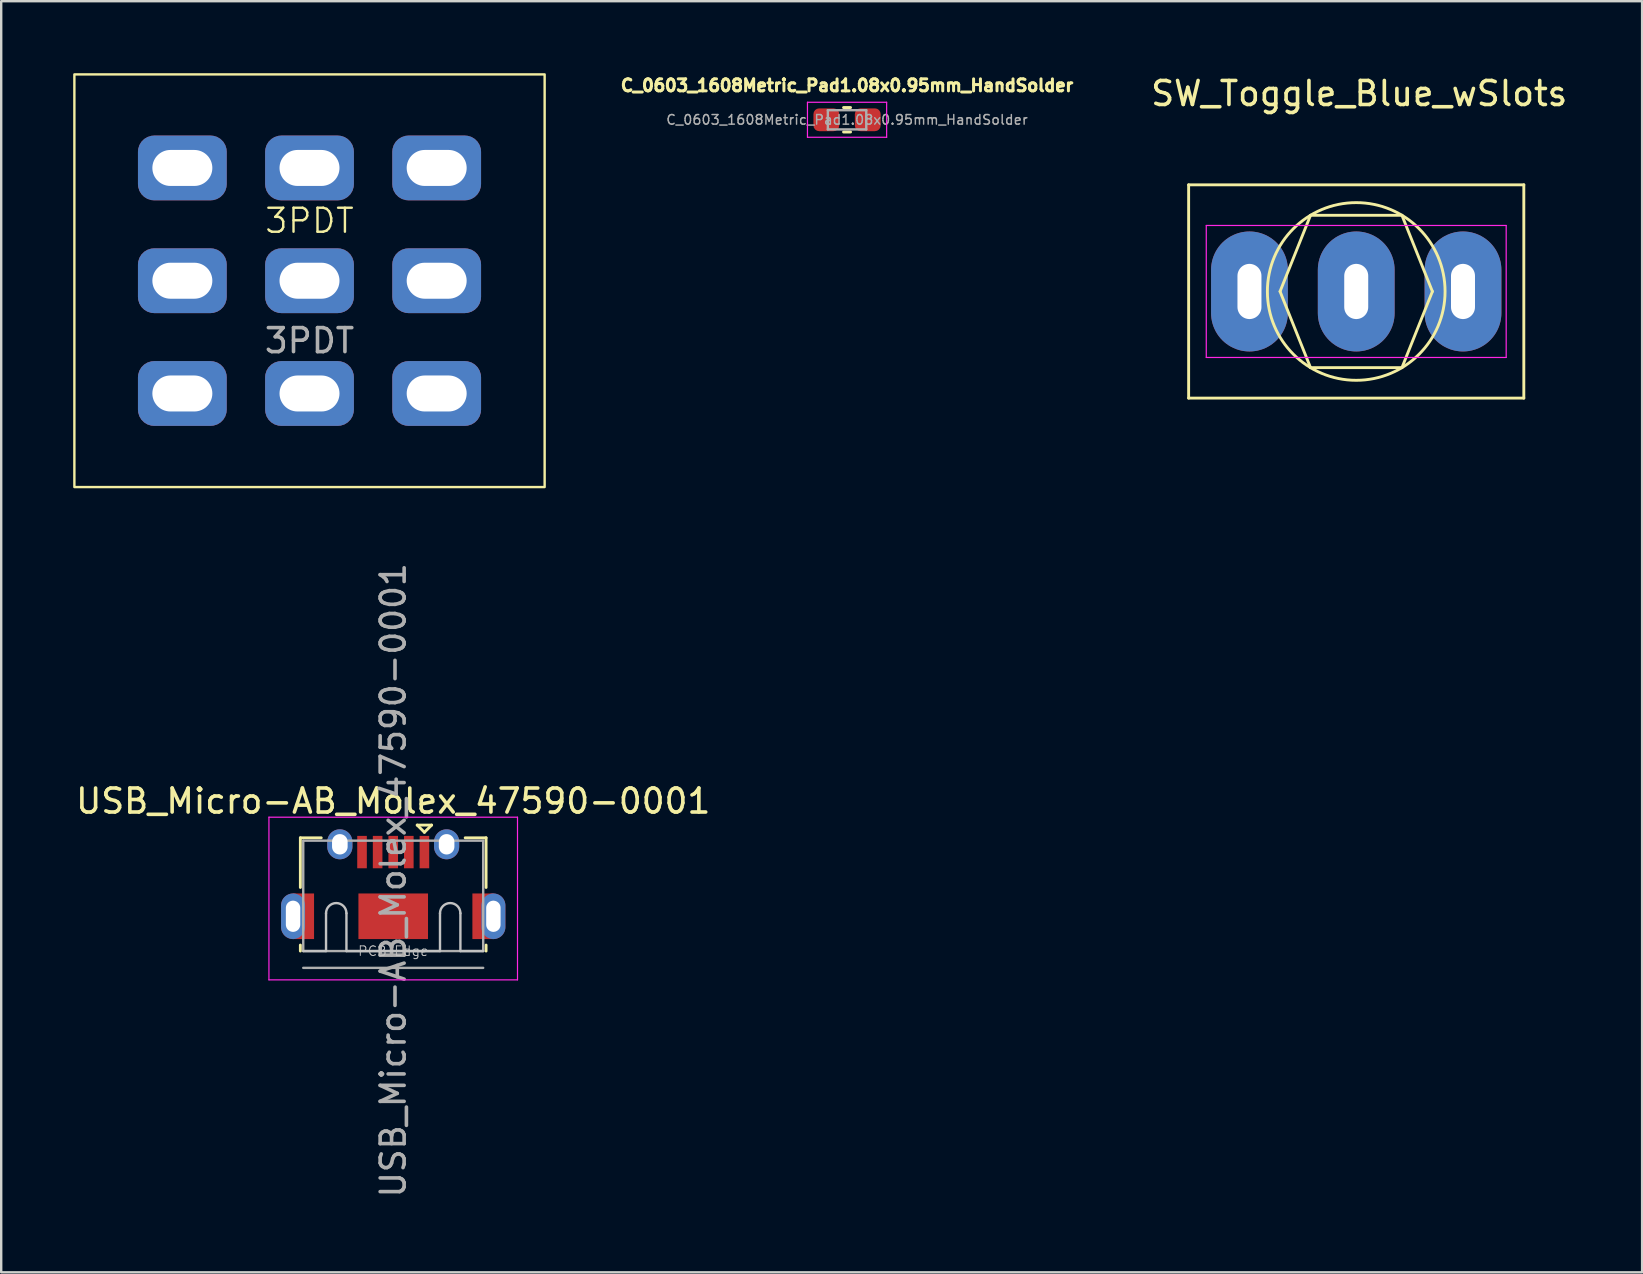
<source format=kicad_pcb>
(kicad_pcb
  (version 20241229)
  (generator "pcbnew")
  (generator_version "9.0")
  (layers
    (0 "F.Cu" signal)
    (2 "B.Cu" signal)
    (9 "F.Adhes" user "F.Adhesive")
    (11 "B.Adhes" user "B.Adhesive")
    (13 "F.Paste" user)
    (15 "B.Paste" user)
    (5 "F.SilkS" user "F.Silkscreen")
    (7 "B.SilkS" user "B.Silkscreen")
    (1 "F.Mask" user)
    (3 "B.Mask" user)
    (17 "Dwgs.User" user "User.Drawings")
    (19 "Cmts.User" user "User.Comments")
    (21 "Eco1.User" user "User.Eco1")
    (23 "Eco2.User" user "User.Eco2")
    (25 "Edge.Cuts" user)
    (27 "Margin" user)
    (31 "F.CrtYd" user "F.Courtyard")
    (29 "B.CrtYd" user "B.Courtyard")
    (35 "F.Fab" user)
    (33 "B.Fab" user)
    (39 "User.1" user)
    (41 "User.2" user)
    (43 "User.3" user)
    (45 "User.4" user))
  (footprint "SW_Toggle_Blue_wSlots"
    (layer "F.Cu")
    (at 53.476 9.098)
    (property "Reference" "SW_Toggle_Blue_wSlots" (at 0.124 -8.25 0) (layer "F.SilkS") (effects (font (size 1 1) (thickness 0.15))))
    (attr through_hole)
    (fp_line (start -6.985 -4.445) (end 6.985 -4.445) (stroke (width 0.12) (type solid)) (layer "F.SilkS"))
    (fp_line (start -6.985 4.445) (end -6.985 -4.445) (stroke (width 0.12) (type solid)) (layer "F.SilkS"))
    (fp_line (start -3.175 0) (end -1.905 -3.175) (stroke (width 0.12) (type solid)) (layer "F.SilkS"))
    (fp_line (start -1.905 -3.175) (end 1.905 -3.175) (stroke (width 0.12) (type solid)) (layer "F.SilkS"))
    (fp_line (start -1.905 3.175) (end -3.175 0) (stroke (width 0.12) (type solid)) (layer "F.SilkS"))
    (fp_line (start 1.905 -3.175) (end 3.175 0) (stroke (width 0.12) (type solid)) (layer "F.SilkS"))
    (fp_line (start 1.905 3.175) (end -1.905 3.175) (stroke (width 0.12) (type solid)) (layer "F.SilkS"))
    (fp_line (start 3.175 0) (end 1.905 3.175) (stroke (width 0.12) (type solid)) (layer "F.SilkS"))
    (fp_line (start 6.985 -4.445) (end 6.985 4.445) (stroke (width 0.12) (type solid)) (layer "F.SilkS"))
    (fp_line (start 6.985 4.445) (end -6.985 4.445) (stroke (width 0.12) (type solid)) (layer "F.SilkS"))
    (fp_circle (center 0 0) (end 1.905 3.175) (stroke (width 0.12) (type solid)) (fill no) (layer "F.SilkS"))
    (fp_line (start -6.25 -2.75) (end 6.25 -2.75) (stroke (width 0.05) (type solid)) (layer "F.CrtYd"))
    (fp_line (start -6.25 2.75) (end -6.25 -2.75) (stroke (width 0.05) (type solid)) (layer "F.CrtYd"))
    (fp_line (start 6.25 -2.75) (end 6.25 2.75) (stroke (width 0.05) (type solid)) (layer "F.CrtYd"))
    (fp_line (start 6.25 2.75) (end -6.25 2.75) (stroke (width 0.05) (type solid)) (layer "F.CrtYd"))
    (pad "1" thru_hole oval (at -4.45 0) (size 3.2 5) (drill oval 1 2.3) (layers "*.Cu" "*.Mask"))
    (pad "2" thru_hole oval (at 0 0) (size 3.2 5) (drill oval 1 2.3) (layers "*.Cu" "*.Mask"))
    (pad "3" thru_hole oval (at 4.45 0) (size 3.2 5) (drill oval 1 2.3) (layers "*.Cu" "*.Mask")))
  (footprint "3PDT"
    (layer "F.Cu")
    (at 9.85 8.65)
    (property "Reference" "3PDT" (at 0 -2.5 0) (unlocked yes) (layer "F.SilkS") (effects (font (size 1 1) (thickness 0.1))))
    (attr smd)
    (fp_rect (start -9.8 -8.6) (end 9.8 8.6) (stroke (width 0.1) (type default)) (fill no) (layer "F.SilkS"))
    (fp_text user "${REFERENCE}" (at 0 2.5 0) (unlocked yes) (layer "F.Fab") (effects (font (size 1 1) (thickness 0.15))))
    (pad "1" thru_hole roundrect (at -5.3 -4.7) (size 3.7 2.7) (drill oval 2.5 1.5) (layers "*.Cu" "*.Mask") (roundrect_rratio 0.25))
    (pad "2" thru_hole roundrect (at -5.3 0) (size 3.7 2.7) (drill oval 2.5 1.5) (layers "*.Cu" "*.Mask") (roundrect_rratio 0.25))
    (pad "3" thru_hole roundrect (at -5.3 4.7) (size 3.7 2.7) (drill oval 2.5 1.5) (layers "*.Cu" "*.Mask") (roundrect_rratio 0.25))
    (pad "4" thru_hole roundrect (at 0 -4.7) (size 3.7 2.7) (drill oval 2.5 1.5) (layers "*.Cu" "*.Mask") (roundrect_rratio 0.25))
    (pad "5" thru_hole roundrect (at 0 0) (size 3.7 2.7) (drill oval 2.5 1.5) (layers "*.Cu" "*.Mask") (roundrect_rratio 0.25))
    (pad "6" thru_hole roundrect (at 0 4.7) (size 3.7 2.7) (drill oval 2.5 1.5) (layers "*.Cu" "*.Mask") (roundrect_rratio 0.25))
    (pad "7" thru_hole roundrect (at 5.3 -4.7) (size 3.7 2.7) (drill oval 2.5 1.5) (layers "*.Cu" "*.Mask") (roundrect_rratio 0.25))
    (pad "8" thru_hole roundrect (at 5.3 0) (size 3.7 2.7) (drill oval 2.5 1.5) (layers "*.Cu" "*.Mask") (roundrect_rratio 0.25))
    (pad "9" thru_hole roundrect (at 5.3 4.7) (size 3.7 2.7) (drill oval 2.5 1.5) (layers "*.Cu" "*.Mask") (roundrect_rratio 0.25)))
  (footprint "USB_Micro-AB_Molex_47590-0001"
    (layer "F.Cu")
    (at 13.339 35.139)
    (property "Reference" "USB_Micro-AB_Molex_47590-0001" (at 0 -4.8 180) (layer "F.SilkS") (effects (font (size 1 1) (thickness 0.15))))
    (attr smd)
    (fp_line (start -3.87 -3.27) (end -3.87 -1.2) (stroke (width 0.12) (type solid)) (layer "F.SilkS"))
    (fp_line (start -3.87 -3.27) (end -3 -3.27) (stroke (width 0.12) (type solid)) (layer "F.SilkS"))
    (fp_line (start -3.87 1.2) (end -3.87 1.45) (stroke (width 0.12) (type solid)) (layer "F.SilkS"))
    (fp_line (start 1 -3.8) (end 1.6 -3.8) (stroke (width 0.12) (type solid)) (layer "F.SilkS"))
    (fp_line (start 1.3 -3.5) (end 1 -3.8) (stroke (width 0.12) (type solid)) (layer "F.SilkS"))
    (fp_line (start 1.3 -3.5) (end 1.6 -3.8) (stroke (width 0.12) (type solid)) (layer "F.SilkS"))
    (fp_line (start 3 -3.27) (end 3.87 -3.27) (stroke (width 0.12) (type solid)) (layer "F.SilkS"))
    (fp_line (start 3.87 -3.27) (end 3.87 -1.2) (stroke (width 0.12) (type solid)) (layer "F.SilkS"))
    (fp_line (start 3.87 1.2) (end 3.87 1.45) (stroke (width 0.12) (type solid)) (layer "F.SilkS"))
    (fp_line (start -3.75 1.45) (end -2.8 1.45) (stroke (width 0.1) (type solid)) (layer "Dwgs.User"))
    (fp_line (start -2.8 -0.125) (end -2.8 1.45) (stroke (width 0.1) (type solid)) (layer "Dwgs.User"))
    (fp_line (start -1.95 -0.125) (end -1.95 1.45) (stroke (width 0.1) (type solid)) (layer "Dwgs.User"))
    (fp_line (start -1.95 1.45) (end 1.95 1.45) (stroke (width 0.1) (type solid)) (layer "Dwgs.User"))
    (fp_line (start 1.95 -0.125) (end 1.95 1.45) (stroke (width 0.1) (type solid)) (layer "Dwgs.User"))
    (fp_line (start 2.8 -0.125) (end 2.8 1.45) (stroke (width 0.1) (type solid)) (layer "Dwgs.User"))
    (fp_line (start 2.8 1.45) (end 3.75 1.45) (stroke (width 0.1) (type solid)) (layer "Dwgs.User"))
    (fp_arc (start -2.8 -0.125) (mid -2.375 -0.55) (end -1.95 -0.125) (stroke (width 0.1) (type solid)) (layer "Dwgs.User"))
    (fp_arc (start 1.95 -0.125) (mid 2.375 -0.55) (end 2.8 -0.125) (stroke (width 0.1) (type solid)) (layer "Dwgs.User"))
    (fp_line (start -5.18 -4.13) (end -5.18 2.65) (stroke (width 0.05) (type solid)) (layer "F.CrtYd"))
    (fp_line (start -5.18 -4.13) (end 5.18 -4.13) (stroke (width 0.05) (type solid)) (layer "F.CrtYd"))
    (fp_line (start -5.18 2.65) (end 5.18 2.65) (stroke (width 0.05) (type solid)) (layer "F.CrtYd"))
    (fp_line (start 5.18 -4.13) (end 5.18 2.65) (stroke (width 0.05) (type solid)) (layer "F.CrtYd"))
    (fp_line (start -3.75 -3.15) (end -3.75 1.45) (stroke (width 0.1) (type solid)) (layer "F.Fab"))
    (fp_line (start -3.75 -3.15) (end 3.75 -3.15) (stroke (width 0.1) (type solid)) (layer "F.Fab"))
    (fp_line (start -3.75 1.45) (end 3.75 1.45) (stroke (width 0.1) (type solid)) (layer "F.Fab"))
    (fp_line (start -3.75 2.15) (end 3.75 2.15) (stroke (width 0.1) (type solid)) (layer "F.Fab"))
    (fp_line (start 3.75 -3.15) (end 3.75 1.45) (stroke (width 0.1) (type solid)) (layer "F.Fab"))
    (fp_text user "PCB Edge" (at 0 1.45 0) (layer "Dwgs.User") (effects (font (size 0.4 0.4) (thickness 0.04))))
    (fp_text user "${REFERENCE}" (at 0 -1.5 90) (layer "F.Fab") (effects (font (size 1 1) (thickness 0.15))))
    (pad "" smd rect (at -3.5 0) (size 0.3 0.85) (layers "F.Paste"))
    (pad "" smd rect (at 3.5 0) (size 0.3 0.85) (layers "F.Paste"))
    (pad "1" smd rect (at -1.3 -2.675) (size 0.4 1.35) (layers "F.Cu" "F.Mask" "F.Paste"))
    (pad "2" smd rect (at -0.65 -2.675) (size 0.4 1.35) (layers "F.Cu" "F.Mask" "F.Paste"))
    (pad "3" smd rect (at 0 -2.675) (size 0.4 1.35) (layers "F.Cu" "F.Mask" "F.Paste"))
    (pad "4" smd rect (at 0.65 -2.675) (size 0.4 1.35) (layers "F.Cu" "F.Mask" "F.Paste"))
    (pad "5" smd rect (at 1.3 -2.675) (size 0.4 1.35) (layers "F.Cu" "F.Mask" "F.Paste"))
    (pad "6" thru_hole oval (at -4.175 0) (size 1 1.9) (drill oval 0.6 1.3) (layers "*.Cu" "*.Mask"))
    (pad "6" smd rect (at -3.737 0) (size 0.875 1.9) (layers "F.Cu" "F.Mask"))
    (pad "6" thru_hole oval (at -2.225 -3) (size 1.05 1.25) (drill oval 0.65 0.85) (layers "*.Cu" "*.Mask"))
    (pad "6" smd rect (at 0 0) (size 2.9 1.9) (layers "F.Cu" "F.Mask" "F.Paste"))
    (pad "6" thru_hole oval (at 2.225 -3) (size 1.05 1.25) (drill oval 0.65 0.85) (layers "*.Cu" "*.Mask"))
    (pad "6" smd rect (at 3.737 0) (size 0.875 1.9) (layers "F.Cu" "F.Mask"))
    (pad "6" thru_hole oval (at 4.175 0) (size 1 1.9) (drill oval 0.6 1.3) (layers "*.Cu" "*.Mask")))
  (footprint "C_0603_1608Metric_Pad1.08x0.95mm_HandSolder"
    (layer "F.Cu")
    (at 32.254 1.942)
    (property "Reference" "C_0603_1608Metric_Pad1.08x0.95mm_HandSolder" (at 0 -1.43 0) (layer "F.SilkS") (effects (font (size 0.5 0.5) (thickness 0.125))))
    (attr smd)
    (fp_line (start -0.146 -0.51) (end 0.146 -0.51) (stroke (width 0.12) (type solid)) (layer "F.SilkS"))
    (fp_line (start -0.146 0.51) (end 0.146 0.51) (stroke (width 0.12) (type solid)) (layer "F.SilkS"))
    (fp_line (start -1.65 -0.73) (end 1.65 -0.73) (stroke (width 0.05) (type solid)) (layer "F.CrtYd"))
    (fp_line (start -1.65 0.73) (end -1.65 -0.73) (stroke (width 0.05) (type solid)) (layer "F.CrtYd"))
    (fp_line (start 1.65 -0.73) (end 1.65 0.73) (stroke (width 0.05) (type solid)) (layer "F.CrtYd"))
    (fp_line (start 1.65 0.73) (end -1.65 0.73) (stroke (width 0.05) (type solid)) (layer "F.CrtYd"))
    (fp_line (start -0.8 -0.4) (end 0.8 -0.4) (stroke (width 0.1) (type solid)) (layer "F.Fab"))
    (fp_line (start -0.8 0.4) (end -0.8 -0.4) (stroke (width 0.1) (type solid)) (layer "F.Fab"))
    (fp_line (start 0.8 -0.4) (end 0.8 0.4) (stroke (width 0.1) (type solid)) (layer "F.Fab"))
    (fp_line (start 0.8 0.4) (end -0.8 0.4) (stroke (width 0.1) (type solid)) (layer "F.Fab"))
    (fp_text user "${REFERENCE}" (at 0 0 0) (layer "F.Fab") (effects (font (size 0.4 0.4) (thickness 0.06))))
    (pad "1" smd roundrect (at -0.863 0) (size 1.075 0.95) (layers "F.Cu" "F.Mask" "F.Paste") (roundrect_rratio 0.25))
    (pad "2" smd roundrect (at 0.863 0) (size 1.075 0.95) (layers "F.Cu" "F.Mask" "F.Paste") (roundrect_rratio 0.25)))
  (gr_rect
    (start -3 -3)
    (end 65.392 49.979)
    (stroke (width 0.1) (type default))
    (fill no)
    (layer "Edge.Cuts")))
</source>
